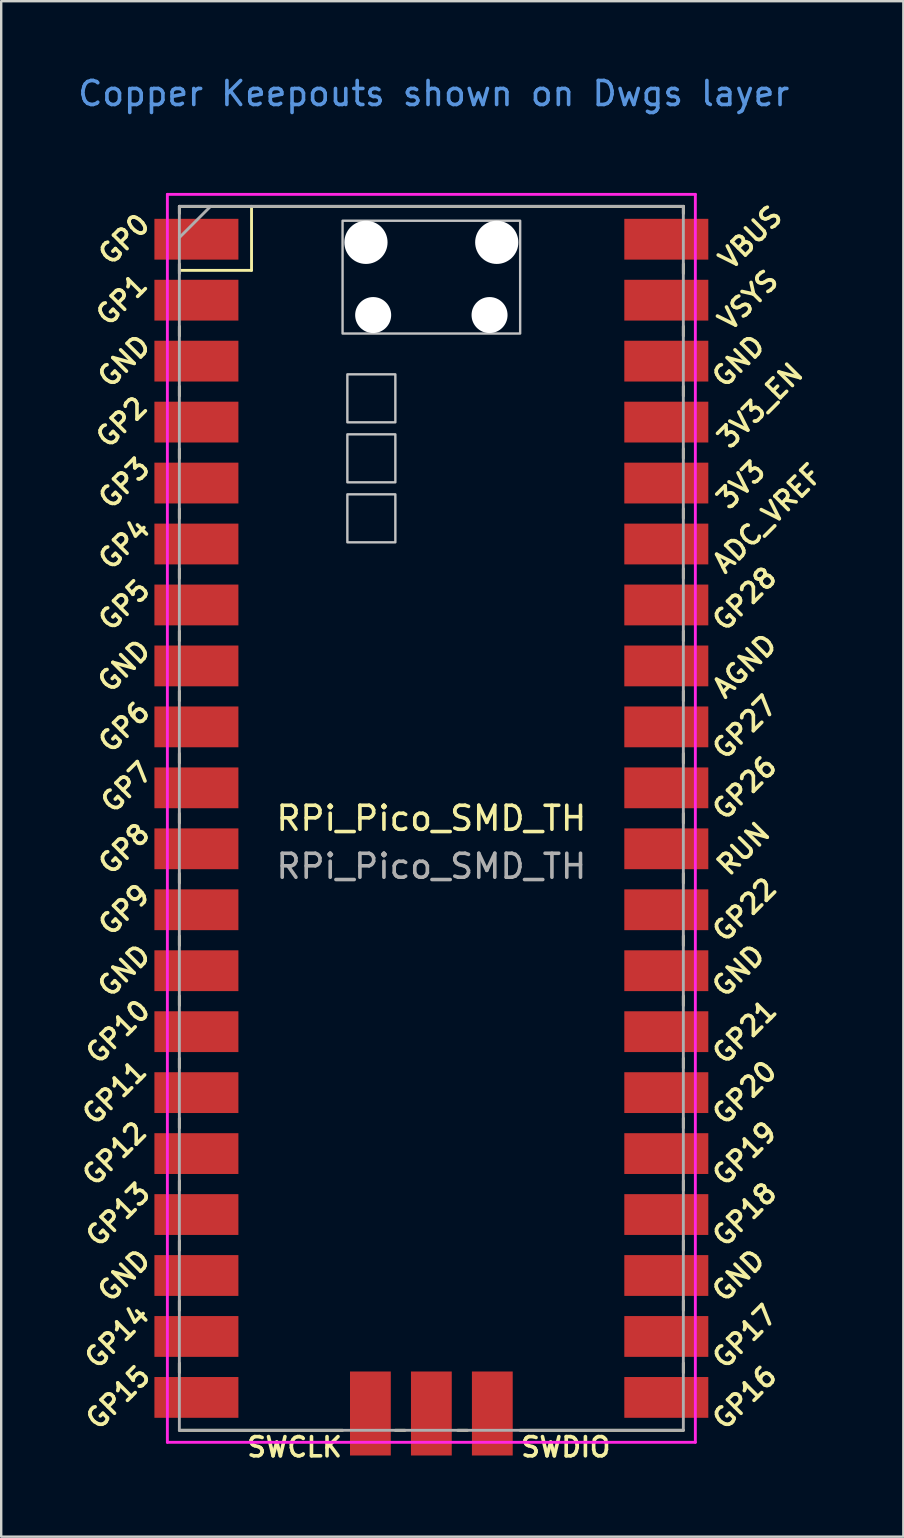
<source format=kicad_pcb>
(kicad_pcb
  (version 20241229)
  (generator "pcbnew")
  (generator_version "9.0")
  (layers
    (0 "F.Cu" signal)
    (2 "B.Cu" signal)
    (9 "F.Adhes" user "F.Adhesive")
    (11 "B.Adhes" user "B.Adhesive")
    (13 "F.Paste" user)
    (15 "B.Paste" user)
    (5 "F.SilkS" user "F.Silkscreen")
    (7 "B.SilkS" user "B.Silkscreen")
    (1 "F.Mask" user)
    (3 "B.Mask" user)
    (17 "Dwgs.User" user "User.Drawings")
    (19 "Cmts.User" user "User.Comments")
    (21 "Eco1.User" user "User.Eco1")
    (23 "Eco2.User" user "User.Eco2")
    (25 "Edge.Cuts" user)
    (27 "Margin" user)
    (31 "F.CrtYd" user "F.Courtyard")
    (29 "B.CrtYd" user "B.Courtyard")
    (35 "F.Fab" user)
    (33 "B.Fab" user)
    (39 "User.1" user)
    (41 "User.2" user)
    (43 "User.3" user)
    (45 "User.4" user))
  (footprint "RPi_Pico_SMD_TH"
    (layer "F.Cu")
    (at 14.924 31.048)
    (property "Reference" "RPi_Pico_SMD_TH" (at 0 0 0) (layer "F.SilkS") (effects (font (size 1 1) (thickness 0.15))))
    (attr through_hole)
    (fp_line (start -10.5 -25.5) (end -10.5 -25.2) (stroke (width 0.12) (type solid)) (layer "F.SilkS"))
    (fp_line (start -10.5 -25.5) (end 10.5 -25.5) (stroke (width 0.12) (type solid)) (layer "F.SilkS"))
    (fp_line (start -10.5 -23.1) (end -10.5 -22.7) (stroke (width 0.12) (type solid)) (layer "F.SilkS"))
    (fp_line (start -10.5 -22.833) (end -7.493 -22.833) (stroke (width 0.12) (type solid)) (layer "F.SilkS"))
    (fp_line (start -10.5 -20.5) (end -10.5 -20.1) (stroke (width 0.12) (type solid)) (layer "F.SilkS"))
    (fp_line (start -10.5 -18) (end -10.5 -17.6) (stroke (width 0.12) (type solid)) (layer "F.SilkS"))
    (fp_line (start -10.5 -15.4) (end -10.5 -15) (stroke (width 0.12) (type solid)) (layer "F.SilkS"))
    (fp_line (start -10.5 -12.9) (end -10.5 -12.5) (stroke (width 0.12) (type solid)) (layer "F.SilkS"))
    (fp_line (start -10.5 -10.4) (end -10.5 -10) (stroke (width 0.12) (type solid)) (layer "F.SilkS"))
    (fp_line (start -10.5 -7.8) (end -10.5 -7.4) (stroke (width 0.12) (type solid)) (layer "F.SilkS"))
    (fp_line (start -10.5 -5.3) (end -10.5 -4.9) (stroke (width 0.12) (type solid)) (layer "F.SilkS"))
    (fp_line (start -10.5 -2.7) (end -10.5 -2.3) (stroke (width 0.12) (type solid)) (layer "F.SilkS"))
    (fp_line (start -10.5 -0.2) (end -10.5 0.2) (stroke (width 0.12) (type solid)) (layer "F.SilkS"))
    (fp_line (start -10.5 2.3) (end -10.5 2.7) (stroke (width 0.12) (type solid)) (layer "F.SilkS"))
    (fp_line (start -10.5 4.9) (end -10.5 5.3) (stroke (width 0.12) (type solid)) (layer "F.SilkS"))
    (fp_line (start -10.5 7.4) (end -10.5 7.8) (stroke (width 0.12) (type solid)) (layer "F.SilkS"))
    (fp_line (start -10.5 10) (end -10.5 10.4) (stroke (width 0.12) (type solid)) (layer "F.SilkS"))
    (fp_line (start -10.5 12.5) (end -10.5 12.9) (stroke (width 0.12) (type solid)) (layer "F.SilkS"))
    (fp_line (start -10.5 15.1) (end -10.5 15.5) (stroke (width 0.12) (type solid)) (layer "F.SilkS"))
    (fp_line (start -10.5 17.6) (end -10.5 18) (stroke (width 0.12) (type solid)) (layer "F.SilkS"))
    (fp_line (start -10.5 20.1) (end -10.5 20.5) (stroke (width 0.12) (type solid)) (layer "F.SilkS"))
    (fp_line (start -10.5 22.7) (end -10.5 23.1) (stroke (width 0.12) (type solid)) (layer "F.SilkS"))
    (fp_line (start -7.493 -22.833) (end -7.493 -25.5) (stroke (width 0.12) (type solid)) (layer "F.SilkS"))
    (fp_line (start -3.7 25.5) (end -10.5 25.5) (stroke (width 0.12) (type solid)) (layer "F.SilkS"))
    (fp_line (start -1.5 25.5) (end -1.1 25.5) (stroke (width 0.12) (type solid)) (layer "F.SilkS"))
    (fp_line (start 1.1 25.5) (end 1.5 25.5) (stroke (width 0.12) (type solid)) (layer "F.SilkS"))
    (fp_line (start 10.5 -25.5) (end 10.5 -25.2) (stroke (width 0.12) (type solid)) (layer "F.SilkS"))
    (fp_line (start 10.5 -23.1) (end 10.5 -22.7) (stroke (width 0.12) (type solid)) (layer "F.SilkS"))
    (fp_line (start 10.5 -20.5) (end 10.5 -20.1) (stroke (width 0.12) (type solid)) (layer "F.SilkS"))
    (fp_line (start 10.5 -18) (end 10.5 -17.6) (stroke (width 0.12) (type solid)) (layer "F.SilkS"))
    (fp_line (start 10.5 -15.4) (end 10.5 -15) (stroke (width 0.12) (type solid)) (layer "F.SilkS"))
    (fp_line (start 10.5 -12.9) (end 10.5 -12.5) (stroke (width 0.12) (type solid)) (layer "F.SilkS"))
    (fp_line (start 10.5 -10.4) (end 10.5 -10) (stroke (width 0.12) (type solid)) (layer "F.SilkS"))
    (fp_line (start 10.5 -7.8) (end 10.5 -7.4) (stroke (width 0.12) (type solid)) (layer "F.SilkS"))
    (fp_line (start 10.5 -5.3) (end 10.5 -4.9) (stroke (width 0.12) (type solid)) (layer "F.SilkS"))
    (fp_line (start 10.5 -2.7) (end 10.5 -2.3) (stroke (width 0.12) (type solid)) (layer "F.SilkS"))
    (fp_line (start 10.5 -0.2) (end 10.5 0.2) (stroke (width 0.12) (type solid)) (layer "F.SilkS"))
    (fp_line (start 10.5 2.3) (end 10.5 2.7) (stroke (width 0.12) (type solid)) (layer "F.SilkS"))
    (fp_line (start 10.5 4.9) (end 10.5 5.3) (stroke (width 0.12) (type solid)) (layer "F.SilkS"))
    (fp_line (start 10.5 7.4) (end 10.5 7.8) (stroke (width 0.12) (type solid)) (layer "F.SilkS"))
    (fp_line (start 10.5 10) (end 10.5 10.4) (stroke (width 0.12) (type solid)) (layer "F.SilkS"))
    (fp_line (start 10.5 12.5) (end 10.5 12.9) (stroke (width 0.12) (type solid)) (layer "F.SilkS"))
    (fp_line (start 10.5 15.1) (end 10.5 15.5) (stroke (width 0.12) (type solid)) (layer "F.SilkS"))
    (fp_line (start 10.5 17.6) (end 10.5 18) (stroke (width 0.12) (type solid)) (layer "F.SilkS"))
    (fp_line (start 10.5 20.1) (end 10.5 20.5) (stroke (width 0.12) (type solid)) (layer "F.SilkS"))
    (fp_line (start 10.5 22.7) (end 10.5 23.1) (stroke (width 0.12) (type solid)) (layer "F.SilkS"))
    (fp_line (start 10.5 25.5) (end 3.7 25.5) (stroke (width 0.12) (type solid)) (layer "F.SilkS"))
    (fp_poly (pts (xy -1.5 -16.5) (xy -3.5 -16.5) (xy -3.5 -18.5) (xy -1.5 -18.5)) (stroke (width 0.1) (type solid)) (fill no) (layer "Dwgs.User"))
    (fp_poly (pts (xy -1.5 -14) (xy -3.5 -14) (xy -3.5 -16) (xy -1.5 -16)) (stroke (width 0.1) (type solid)) (fill no) (layer "Dwgs.User"))
    (fp_poly (pts (xy -1.5 -11.5) (xy -3.5 -11.5) (xy -3.5 -13.5) (xy -1.5 -13.5)) (stroke (width 0.1) (type solid)) (fill no) (layer "Dwgs.User"))
    (fp_poly (pts (xy 3.7 -20.2) (xy -3.7 -20.2) (xy -3.7 -24.9) (xy 3.7 -24.9)) (stroke (width 0.1) (type solid)) (fill no) (layer "Dwgs.User"))
    (fp_line (start -11 -26) (end 11 -26) (stroke (width 0.12) (type solid)) (layer "F.CrtYd"))
    (fp_line (start -11 26) (end -11 -26) (stroke (width 0.12) (type solid)) (layer "F.CrtYd"))
    (fp_line (start 11 -26) (end 11 26) (stroke (width 0.12) (type solid)) (layer "F.CrtYd"))
    (fp_line (start 11 26) (end -11 26) (stroke (width 0.12) (type solid)) (layer "F.CrtYd"))
    (fp_line (start -10.5 -25.5) (end 10.5 -25.5) (stroke (width 0.12) (type solid)) (layer "F.Fab"))
    (fp_line (start -10.5 -24.2) (end -9.2 -25.5) (stroke (width 0.12) (type solid)) (layer "F.Fab"))
    (fp_line (start -10.5 25.5) (end -10.5 -25.5) (stroke (width 0.12) (type solid)) (layer "F.Fab"))
    (fp_line (start 10.5 -25.5) (end 10.5 25.5) (stroke (width 0.12) (type solid)) (layer "F.Fab"))
    (fp_line (start 10.5 25.5) (end -10.5 25.5) (stroke (width 0.12) (type solid)) (layer "F.Fab"))
    (fp_text user "GP14" (at -13.1 21.59 45) (layer "F.SilkS") (effects (font (size 0.8 0.8) (thickness 0.15))))
    (fp_text user "GND" (at 12.8 -19.05 45) (layer "F.SilkS") (effects (font (size 0.8 0.8) (thickness 0.15))))
    (fp_text user "GP10" (at -13.054 8.89 45) (layer "F.SilkS") (effects (font (size 0.8 0.8) (thickness 0.15))))
    (fp_text user "RUN" (at 13 1.27 45) (layer "F.SilkS") (effects (font (size 0.8 0.8) (thickness 0.15))))
    (fp_text user "AGND" (at 13.054 -6.35 45) (layer "F.SilkS") (effects (font (size 0.8 0.8) (thickness 0.15))))
    (fp_text user "GP3" (at -12.8 -13.97 45) (layer "F.SilkS") (effects (font (size 0.8 0.8) (thickness 0.15))))
    (fp_text user "GND" (at -12.8 19.05 45) (layer "F.SilkS") (effects (font (size 0.8 0.8) (thickness 0.15))))
    (fp_text user "GP4" (at -12.8 -11.43 45) (layer "F.SilkS") (effects (font (size 0.8 0.8) (thickness 0.15))))
    (fp_text user "GP11" (at -13.2 11.43 45) (layer "F.SilkS") (effects (font (size 0.8 0.8) (thickness 0.15))))
    (fp_text user "GND" (at -12.8 -19.05 45) (layer "F.SilkS") (effects (font (size 0.8 0.8) (thickness 0.15))))
    (fp_text user "VBUS" (at 13.3 -24.2 45) (layer "F.SilkS") (effects (font (size 0.8 0.8) (thickness 0.15))))
    (fp_text user "GP28" (at 13.054 -9.144 45) (layer "F.SilkS") (effects (font (size 0.8 0.8) (thickness 0.15))))
    (fp_text user "GP7" (at -12.7 -1.3 45) (layer "F.SilkS") (effects (font (size 0.8 0.8) (thickness 0.15))))
    (fp_text user "3V3" (at 12.9 -13.9 45) (layer "F.SilkS") (effects (font (size 0.8 0.8) (thickness 0.15))))
    (fp_text user "GP19" (at 13.054 13.97 45) (layer "F.SilkS") (effects (font (size 0.8 0.8) (thickness 0.15))))
    (fp_text user "GP8" (at -12.8 1.27 45) (layer "F.SilkS") (effects (font (size 0.8 0.8) (thickness 0.15))))
    (fp_text user "GP0" (at -12.8 -24.13 45) (layer "F.SilkS") (effects (font (size 0.8 0.8) (thickness 0.15))))
    (fp_text user "VSYS" (at 13.2 -21.59 45) (layer "F.SilkS") (effects (font (size 0.8 0.8) (thickness 0.15))))
    (fp_text user "GP20" (at 13.054 11.43 45) (layer "F.SilkS") (effects (font (size 0.8 0.8) (thickness 0.15))))
    (fp_text user "GP12" (at -13.2 13.97 45) (layer "F.SilkS") (effects (font (size 0.8 0.8) (thickness 0.15))))
    (fp_text user "GP22" (at 13.054 3.81 45) (layer "F.SilkS") (effects (font (size 0.8 0.8) (thickness 0.15))))
    (fp_text user "GP13" (at -13.054 16.51 45) (layer "F.SilkS") (effects (font (size 0.8 0.8) (thickness 0.15))))
    (fp_text user "GP26" (at 13.054 -1.27 45) (layer "F.SilkS") (effects (font (size 0.8 0.8) (thickness 0.15))))
    (fp_text user "GND" (at 12.8 19.05 45) (layer "F.SilkS") (effects (font (size 0.8 0.8) (thickness 0.15))))
    (fp_text user "GP5" (at -12.8 -8.89 45) (layer "F.SilkS") (effects (font (size 0.8 0.8) (thickness 0.15))))
    (fp_text user "3V3_EN" (at 13.7 -17.2 45) (layer "F.SilkS") (effects (font (size 0.8 0.8) (thickness 0.15))))
    (fp_text user "GP18" (at 13.054 16.51 45) (layer "F.SilkS") (effects (font (size 0.8 0.8) (thickness 0.15))))
    (fp_text user "GP2" (at -12.9 -16.51 45) (layer "F.SilkS") (effects (font (size 0.8 0.8) (thickness 0.15))))
    (fp_text user "GP6" (at -12.8 -3.81 45) (layer "F.SilkS") (effects (font (size 0.8 0.8) (thickness 0.15))))
    (fp_text user "SWCLK" (at -5.7 26.2 0) (layer "F.SilkS") (effects (font (size 0.8 0.8) (thickness 0.15))))
    (fp_text user "GP21" (at 13.054 8.9 45) (layer "F.SilkS") (effects (font (size 0.8 0.8) (thickness 0.15))))
    (fp_text user "GP9" (at -12.8 3.81 45) (layer "F.SilkS") (effects (font (size 0.8 0.8) (thickness 0.15))))
    (fp_text user "GP15" (at -13.054 24.13 45) (layer "F.SilkS") (effects (font (size 0.8 0.8) (thickness 0.15))))
    (fp_text user "GP27" (at 13.054 -3.8 45) (layer "F.SilkS") (effects (font (size 0.8 0.8) (thickness 0.15))))
    (fp_text user "GP1" (at -12.9 -21.6 45) (layer "F.SilkS") (effects (font (size 0.8 0.8) (thickness 0.15))))
    (fp_text user "GND" (at -12.8 6.35 45) (layer "F.SilkS") (effects (font (size 0.8 0.8) (thickness 0.15))))
    (fp_text user "SWDIO" (at 5.6 26.2 0) (layer "F.SilkS") (effects (font (size 0.8 0.8) (thickness 0.15))))
    (fp_text user "GP17" (at 13.054 21.59 45) (layer "F.SilkS") (effects (font (size 0.8 0.8) (thickness 0.15))))
    (fp_text user "GP16" (at 13.054 24.13 45) (layer "F.SilkS") (effects (font (size 0.8 0.8) (thickness 0.15))))
    (fp_text user "GND" (at 12.8 6.35 45) (layer "F.SilkS") (effects (font (size 0.8 0.8) (thickness 0.15))))
    (fp_text user "ADC_VREF" (at 14 -12.5 45) (layer "F.SilkS") (effects (font (size 0.8 0.8) (thickness 0.15))))
    (fp_text user "GND" (at -12.8 -6.35 45) (layer "F.SilkS") (effects (font (size 0.8 0.8) (thickness 0.15))))
    (fp_text user "Copper Keepouts shown on Dwgs layer" (at 0.1 -30.2 0) (layer "Cmts.User") (effects (font (size 1 1) (thickness 0.15))))
    (fp_text user "${REFERENCE}" (at 0 2 180) (layer "F.Fab") (effects (font (size 1 1) (thickness 0.15))))
    (pad "" np_thru_hole oval (at -2.725 -24) (size 1.8 1.8) (drill 1.8) (layers "*.Cu" "*.Mask"))
    (pad "" np_thru_hole oval (at -2.425 -20.97) (size 1.5 1.5) (drill 1.5) (layers "*.Cu" "*.Mask"))
    (pad "" np_thru_hole oval (at 2.425 -20.97) (size 1.5 1.5) (drill 1.5) (layers "*.Cu" "*.Mask"))
    (pad "" np_thru_hole oval (at 2.725 -24) (size 1.8 1.8) (drill 1.8) (layers "*.Cu" "*.Mask"))
    (pad "1" smd rect (at -8.89 -24.13) (size 3.5 1.7) (drill (offset -0.9 0)) (layers "F.Cu" "F.Mask"))
    (pad "2" smd rect (at -8.89 -21.59) (size 3.5 1.7) (drill (offset -0.9 0)) (layers "F.Cu" "F.Mask"))
    (pad "3" smd rect (at -8.89 -19.05) (size 3.5 1.7) (drill (offset -0.9 0)) (layers "F.Cu" "F.Mask"))
    (pad "4" smd rect (at -8.89 -16.51) (size 3.5 1.7) (drill (offset -0.9 0)) (layers "F.Cu" "F.Mask"))
    (pad "5" smd rect (at -8.89 -13.97) (size 3.5 1.7) (drill (offset -0.9 0)) (layers "F.Cu" "F.Mask"))
    (pad "6" smd rect (at -8.89 -11.43) (size 3.5 1.7) (drill (offset -0.9 0)) (layers "F.Cu" "F.Mask"))
    (pad "7" smd rect (at -8.89 -8.89) (size 3.5 1.7) (drill (offset -0.9 0)) (layers "F.Cu" "F.Mask"))
    (pad "8" smd rect (at -8.89 -6.35) (size 3.5 1.7) (drill (offset -0.9 0)) (layers "F.Cu" "F.Mask"))
    (pad "9" smd rect (at -8.89 -3.81) (size 3.5 1.7) (drill (offset -0.9 0)) (layers "F.Cu" "F.Mask"))
    (pad "10" smd rect (at -8.89 -1.27) (size 3.5 1.7) (drill (offset -0.9 0)) (layers "F.Cu" "F.Mask"))
    (pad "11" smd rect (at -8.89 1.27) (size 3.5 1.7) (drill (offset -0.9 0)) (layers "F.Cu" "F.Mask"))
    (pad "12" smd rect (at -8.89 3.81) (size 3.5 1.7) (drill (offset -0.9 0)) (layers "F.Cu" "F.Mask"))
    (pad "13" smd rect (at -8.89 6.35) (size 3.5 1.7) (drill (offset -0.9 0)) (layers "F.Cu" "F.Mask"))
    (pad "14" smd rect (at -8.89 8.89) (size 3.5 1.7) (drill (offset -0.9 0)) (layers "F.Cu" "F.Mask"))
    (pad "15" smd rect (at -8.89 11.43) (size 3.5 1.7) (drill (offset -0.9 0)) (layers "F.Cu" "F.Mask"))
    (pad "16" smd rect (at -8.89 13.97) (size 3.5 1.7) (drill (offset -0.9 0)) (layers "F.Cu" "F.Mask"))
    (pad "17" smd rect (at -8.89 16.51) (size 3.5 1.7) (drill (offset -0.9 0)) (layers "F.Cu" "F.Mask"))
    (pad "18" smd rect (at -8.89 19.05) (size 3.5 1.7) (drill (offset -0.9 0)) (layers "F.Cu" "F.Mask"))
    (pad "19" smd rect (at -8.89 21.59) (size 3.5 1.7) (drill (offset -0.9 0)) (layers "F.Cu" "F.Mask"))
    (pad "20" smd rect (at -8.89 24.13) (size 3.5 1.7) (drill (offset -0.9 0)) (layers "F.Cu" "F.Mask"))
    (pad "21" smd rect (at 8.89 24.13) (size 3.5 1.7) (drill (offset 0.9 0)) (layers "F.Cu" "F.Mask"))
    (pad "22" smd rect (at 8.89 21.59) (size 3.5 1.7) (drill (offset 0.9 0)) (layers "F.Cu" "F.Mask"))
    (pad "23" smd rect (at 8.89 19.05) (size 3.5 1.7) (drill (offset 0.9 0)) (layers "F.Cu" "F.Mask"))
    (pad "24" smd rect (at 8.89 16.51) (size 3.5 1.7) (drill (offset 0.9 0)) (layers "F.Cu" "F.Mask"))
    (pad "25" smd rect (at 8.89 13.97) (size 3.5 1.7) (drill (offset 0.9 0)) (layers "F.Cu" "F.Mask"))
    (pad "26" smd rect (at 8.89 11.43) (size 3.5 1.7) (drill (offset 0.9 0)) (layers "F.Cu" "F.Mask"))
    (pad "27" smd rect (at 8.89 8.89) (size 3.5 1.7) (drill (offset 0.9 0)) (layers "F.Cu" "F.Mask"))
    (pad "28" smd rect (at 8.89 6.35) (size 3.5 1.7) (drill (offset 0.9 0)) (layers "F.Cu" "F.Mask"))
    (pad "29" smd rect (at 8.89 3.81) (size 3.5 1.7) (drill (offset 0.9 0)) (layers "F.Cu" "F.Mask"))
    (pad "30" smd rect (at 8.89 1.27) (size 3.5 1.7) (drill (offset 0.9 0)) (layers "F.Cu" "F.Mask"))
    (pad "31" smd rect (at 8.89 -1.27) (size 3.5 1.7) (drill (offset 0.9 0)) (layers "F.Cu" "F.Mask"))
    (pad "32" smd rect (at 8.89 -3.81) (size 3.5 1.7) (drill (offset 0.9 0)) (layers "F.Cu" "F.Mask"))
    (pad "33" smd rect (at 8.89 -6.35) (size 3.5 1.7) (drill (offset 0.9 0)) (layers "F.Cu" "F.Mask"))
    (pad "34" smd rect (at 8.89 -8.89) (size 3.5 1.7) (drill (offset 0.9 0)) (layers "F.Cu" "F.Mask"))
    (pad "35" smd rect (at 8.89 -11.43) (size 3.5 1.7) (drill (offset 0.9 0)) (layers "F.Cu" "F.Mask"))
    (pad "36" smd rect (at 8.89 -13.97) (size 3.5 1.7) (drill (offset 0.9 0)) (layers "F.Cu" "F.Mask"))
    (pad "37" smd rect (at 8.89 -16.51) (size 3.5 1.7) (drill (offset 0.9 0)) (layers "F.Cu" "F.Mask"))
    (pad "38" smd rect (at 8.89 -19.05) (size 3.5 1.7) (drill (offset 0.9 0)) (layers "F.Cu" "F.Mask"))
    (pad "39" smd rect (at 8.89 -21.59) (size 3.5 1.7) (drill (offset 0.9 0)) (layers "F.Cu" "F.Mask"))
    (pad "40" smd rect (at 8.89 -24.13) (size 3.5 1.7) (drill (offset 0.9 0)) (layers "F.Cu" "F.Mask"))
    (pad "41" smd rect (at -2.54 23.9 90) (size 3.5 1.7) (drill (offset -0.9 0)) (layers "F.Cu" "F.Mask"))
    (pad "42" smd rect (at 0 23.9 90) (size 3.5 1.7) (drill (offset -0.9 0)) (layers "F.Cu" "F.Mask"))
    (pad "43" smd rect (at 2.54 23.9 90) (size 3.5 1.7) (drill (offset -0.9 0)) (layers "F.Cu" "F.Mask")))
  (gr_rect
    (start -3 -3)
    (end 34.591 60.98)
    (stroke (width 0.1) (type default))
    (fill no)
    (layer "Edge.Cuts")))
</source>
